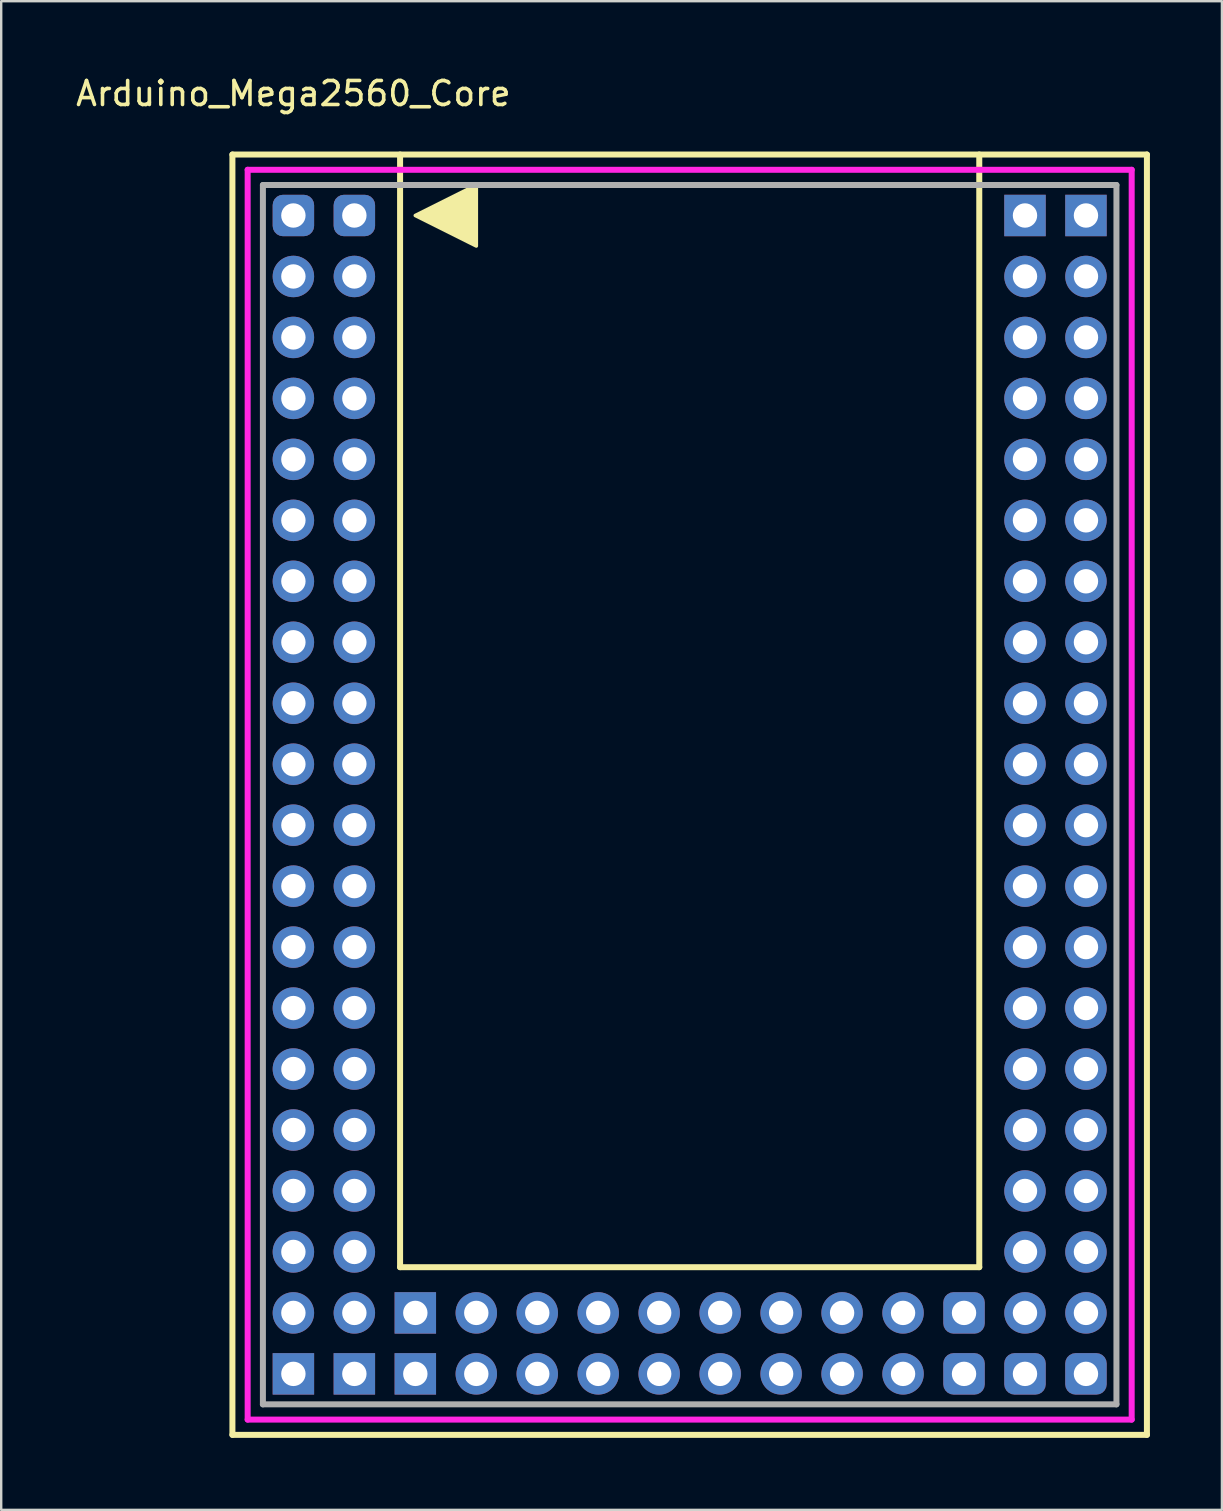
<source format=kicad_pcb>
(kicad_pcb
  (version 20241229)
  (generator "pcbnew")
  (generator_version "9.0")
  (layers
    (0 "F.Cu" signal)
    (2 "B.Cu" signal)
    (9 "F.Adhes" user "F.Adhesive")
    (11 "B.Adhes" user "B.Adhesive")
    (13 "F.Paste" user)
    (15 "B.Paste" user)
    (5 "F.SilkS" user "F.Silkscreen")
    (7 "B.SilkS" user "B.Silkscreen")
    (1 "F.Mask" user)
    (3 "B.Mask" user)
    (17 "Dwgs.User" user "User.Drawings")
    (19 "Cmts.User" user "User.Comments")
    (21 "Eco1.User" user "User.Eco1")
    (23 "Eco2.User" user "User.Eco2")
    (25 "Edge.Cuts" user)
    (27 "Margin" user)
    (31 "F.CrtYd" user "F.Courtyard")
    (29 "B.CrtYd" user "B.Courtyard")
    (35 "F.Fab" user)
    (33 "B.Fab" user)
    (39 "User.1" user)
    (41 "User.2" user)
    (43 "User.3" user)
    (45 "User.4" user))
  (footprint "Arduino_Mega2560_Core"
    (layer "F.Cu")
    (at 25.683 30.058)
    (property "Reference" "Arduino_Mega2560_Core" (at -16.51 -29.21 0) (layer "F.SilkS") (effects (font (size 1 1) (thickness 0.15))))
    (attr through_hole)
    (fp_line (start -19.05 26.67) (end -19.05 -26.67) (stroke (width 0.25) (type solid)) (layer "F.SilkS"))
    (fp_line (start -12.065 -26.67) (end -12.065 19.685) (stroke (width 0.25) (type solid)) (layer "F.SilkS"))
    (fp_line (start -12.065 19.685) (end 12.065 19.685) (stroke (width 0.25) (type solid)) (layer "F.SilkS"))
    (fp_line (start 12.065 19.685) (end 12.065 -26.67) (stroke (width 0.25) (type solid)) (layer "F.SilkS"))
    (fp_line (start 19.05 -26.67) (end -19.05 -26.67) (stroke (width 0.25) (type solid)) (layer "F.SilkS"))
    (fp_line (start 19.05 -26.67) (end 19.05 26.67) (stroke (width 0.25) (type solid)) (layer "F.SilkS"))
    (fp_line (start 19.05 26.67) (end -19.05 26.67) (stroke (width 0.25) (type solid)) (layer "F.SilkS"))
    (fp_poly (pts (xy -11.43 -24.13) (xy -8.89 -25.4) (xy -8.89 -22.86)) (stroke (width 0.15) (type solid)) (fill yes) (layer "F.SilkS"))
    (fp_line (start -18.415 -26.035) (end 18.415 -26.035) (stroke (width 0.25) (type solid)) (layer "F.CrtYd"))
    (fp_line (start -18.415 26.035) (end -18.415 -26.035) (stroke (width 0.25) (type solid)) (layer "F.CrtYd"))
    (fp_line (start 18.415 -26.035) (end 18.415 26.035) (stroke (width 0.25) (type solid)) (layer "F.CrtYd"))
    (fp_line (start 18.415 26.035) (end -18.415 26.035) (stroke (width 0.25) (type solid)) (layer "F.CrtYd"))
    (fp_line (start -17.78 -25.4) (end -17.78 25.4) (stroke (width 0.25) (type solid)) (layer "F.Fab"))
    (fp_line (start -17.78 25.4) (end 17.78 25.4) (stroke (width 0.25) (type solid)) (layer "F.Fab"))
    (fp_line (start 17.78 -25.4) (end -17.78 -25.4) (stroke (width 0.25) (type solid)) (layer "F.Fab"))
    (fp_line (start 17.78 25.4) (end 17.78 -25.4) (stroke (width 0.25) (type solid)) (layer "F.Fab"))
    (pad "1" thru_hole roundrect (at -13.97 -24.13) (size 1.727 1.727) (drill 1.016) (layers "*.Cu" "*.Mask") (roundrect_rratio 0.25))
    (pad "2" thru_hole roundrect (at -16.51 -24.13) (size 1.727 1.727) (drill 1.016) (layers "*.Cu" "*.Mask") (roundrect_rratio 0.25))
    (pad "3" thru_hole oval (at -13.97 -21.59) (size 1.727 1.727) (drill 1.016) (layers "*.Cu" "*.Mask"))
    (pad "4" thru_hole oval (at -16.51 -21.59) (size 1.727 1.727) (drill 1.016) (layers "*.Cu" "*.Mask"))
    (pad "5" thru_hole oval (at -13.97 -19.05) (size 1.727 1.727) (drill 1.016) (layers "*.Cu" "*.Mask"))
    (pad "6" thru_hole oval (at -16.51 -19.05) (size 1.727 1.727) (drill 1.016) (layers "*.Cu" "*.Mask"))
    (pad "7" thru_hole oval (at -13.97 -16.51) (size 1.727 1.727) (drill 1.016) (layers "*.Cu" "*.Mask"))
    (pad "8" thru_hole oval (at -16.51 -16.51) (size 1.727 1.727) (drill 1.016) (layers "*.Cu" "*.Mask"))
    (pad "9" thru_hole oval (at -13.97 -13.97) (size 1.727 1.727) (drill 1.016) (layers "*.Cu" "*.Mask"))
    (pad "10" thru_hole oval (at -16.51 -13.97) (size 1.727 1.727) (drill 1.016) (layers "*.Cu" "*.Mask"))
    (pad "11" thru_hole oval (at -13.97 -11.43) (size 1.727 1.727) (drill 1.016) (layers "*.Cu" "*.Mask"))
    (pad "12" thru_hole oval (at -16.51 -11.43) (size 1.727 1.727) (drill 1.016) (layers "*.Cu" "*.Mask"))
    (pad "13" thru_hole oval (at -13.97 -8.89) (size 1.727 1.727) (drill 1.016) (layers "*.Cu" "*.Mask"))
    (pad "14" thru_hole oval (at -16.51 -8.89) (size 1.727 1.727) (drill 1.016) (layers "*.Cu" "*.Mask"))
    (pad "15" thru_hole oval (at -13.97 -6.35) (size 1.727 1.727) (drill 1.016) (layers "*.Cu" "*.Mask"))
    (pad "16" thru_hole oval (at -16.51 -6.35) (size 1.727 1.727) (drill 1.016) (layers "*.Cu" "*.Mask"))
    (pad "17" thru_hole oval (at -13.97 -3.81) (size 1.727 1.727) (drill 1.016) (layers "*.Cu" "*.Mask"))
    (pad "18" thru_hole oval (at -16.51 -3.81) (size 1.727 1.727) (drill 1.016) (layers "*.Cu" "*.Mask"))
    (pad "19" thru_hole oval (at -13.97 -1.27) (size 1.727 1.727) (drill 1.016) (layers "*.Cu" "*.Mask"))
    (pad "20" thru_hole oval (at -16.51 -1.27) (size 1.727 1.727) (drill 1.016) (layers "*.Cu" "*.Mask"))
    (pad "21" thru_hole oval (at -13.97 1.27) (size 1.727 1.727) (drill 1.016) (layers "*.Cu" "*.Mask"))
    (pad "22" thru_hole oval (at -16.51 1.27) (size 1.727 1.727) (drill 1.016) (layers "*.Cu" "*.Mask"))
    (pad "23" thru_hole oval (at -13.97 3.81) (size 1.727 1.727) (drill 1.016) (layers "*.Cu" "*.Mask"))
    (pad "24" thru_hole oval (at -16.51 3.81) (size 1.727 1.727) (drill 1.016) (layers "*.Cu" "*.Mask"))
    (pad "25" thru_hole oval (at -13.97 6.35) (size 1.727 1.727) (drill 1.016) (layers "*.Cu" "*.Mask"))
    (pad "26" thru_hole oval (at -16.51 6.35) (size 1.727 1.727) (drill 1.016) (layers "*.Cu" "*.Mask"))
    (pad "27" thru_hole oval (at -13.97 8.89) (size 1.727 1.727) (drill 1.016) (layers "*.Cu" "*.Mask"))
    (pad "28" thru_hole oval (at -16.51 8.89) (size 1.727 1.727) (drill 1.016) (layers "*.Cu" "*.Mask"))
    (pad "29" thru_hole oval (at -13.97 11.43) (size 1.727 1.727) (drill 1.016) (layers "*.Cu" "*.Mask"))
    (pad "30" thru_hole oval (at -16.51 11.43) (size 1.727 1.727) (drill 1.016) (layers "*.Cu" "*.Mask"))
    (pad "31" thru_hole oval (at -13.97 13.97) (size 1.727 1.727) (drill 1.016) (layers "*.Cu" "*.Mask"))
    (pad "32" thru_hole oval (at -16.51 13.97) (size 1.727 1.727) (drill 1.016) (layers "*.Cu" "*.Mask"))
    (pad "33" thru_hole oval (at -13.97 16.51) (size 1.727 1.727) (drill 1.016) (layers "*.Cu" "*.Mask"))
    (pad "34" thru_hole oval (at -16.51 16.51) (size 1.727 1.727) (drill 1.016) (layers "*.Cu" "*.Mask"))
    (pad "35" thru_hole oval (at -13.97 19.05) (size 1.727 1.727) (drill 1.016) (layers "*.Cu" "*.Mask"))
    (pad "36" thru_hole oval (at -16.51 19.05) (size 1.727 1.727) (drill 1.016) (layers "*.Cu" "*.Mask"))
    (pad "37" thru_hole oval (at -13.97 21.59) (size 1.727 1.727) (drill 1.016) (layers "*.Cu" "*.Mask"))
    (pad "38" thru_hole oval (at -16.51 21.59) (size 1.727 1.727) (drill 1.016) (layers "*.Cu" "*.Mask"))
    (pad "39" thru_hole rect (at -13.97 24.13) (size 1.727 1.727) (drill 1.016) (layers "*.Cu" "*.Mask"))
    (pad "40" thru_hole rect (at -16.51 24.13) (size 1.727 1.727) (drill 1.016) (layers "*.Cu" "*.Mask"))
    (pad "41" thru_hole roundrect (at 13.97 24.13) (size 1.727 1.727) (drill 1.016) (layers "*.Cu" "*.Mask") (roundrect_rratio 0.25))
    (pad "42" thru_hole roundrect (at 16.51 24.13) (size 1.727 1.727) (drill 1.016) (layers "*.Cu" "*.Mask") (roundrect_rratio 0.25))
    (pad "43" thru_hole oval (at 13.97 21.59) (size 1.727 1.727) (drill 1.016) (layers "*.Cu" "*.Mask"))
    (pad "44" thru_hole oval (at 16.51 21.59) (size 1.727 1.727) (drill 1.016) (layers "*.Cu" "*.Mask"))
    (pad "45" thru_hole oval (at 13.97 19.05) (size 1.727 1.727) (drill 1.016) (layers "*.Cu" "*.Mask"))
    (pad "46" thru_hole oval (at 16.51 19.05) (size 1.727 1.727) (drill 1.016) (layers "*.Cu" "*.Mask"))
    (pad "47" thru_hole oval (at 13.97 16.51) (size 1.727 1.727) (drill 1.016) (layers "*.Cu" "*.Mask"))
    (pad "48" thru_hole oval (at 16.51 16.51) (size 1.727 1.727) (drill 1.016) (layers "*.Cu" "*.Mask"))
    (pad "49" thru_hole oval (at 13.97 13.97) (size 1.727 1.727) (drill 1.016) (layers "*.Cu" "*.Mask"))
    (pad "50" thru_hole oval (at 16.51 13.97) (size 1.727 1.727) (drill 1.016) (layers "*.Cu" "*.Mask"))
    (pad "51" thru_hole oval (at 13.97 11.43) (size 1.727 1.727) (drill 1.016) (layers "*.Cu" "*.Mask"))
    (pad "52" thru_hole oval (at 16.51 11.43) (size 1.727 1.727) (drill 1.016) (layers "*.Cu" "*.Mask"))
    (pad "53" thru_hole oval (at 13.97 8.89) (size 1.727 1.727) (drill 1.016) (layers "*.Cu" "*.Mask"))
    (pad "54" thru_hole oval (at 16.51 8.89) (size 1.727 1.727) (drill 1.016) (layers "*.Cu" "*.Mask"))
    (pad "55" thru_hole oval (at 13.97 6.35) (size 1.727 1.727) (drill 1.016) (layers "*.Cu" "*.Mask"))
    (pad "56" thru_hole oval (at 16.51 6.35) (size 1.727 1.727) (drill 1.016) (layers "*.Cu" "*.Mask"))
    (pad "57" thru_hole oval (at 13.97 3.81) (size 1.727 1.727) (drill 1.016) (layers "*.Cu" "*.Mask"))
    (pad "58" thru_hole oval (at 16.51 3.81) (size 1.727 1.727) (drill 1.016) (layers "*.Cu" "*.Mask"))
    (pad "59" thru_hole oval (at 13.97 1.27) (size 1.727 1.727) (drill 1.016) (layers "*.Cu" "*.Mask"))
    (pad "60" thru_hole oval (at 16.51 1.27) (size 1.727 1.727) (drill 1.016) (layers "*.Cu" "*.Mask"))
    (pad "61" thru_hole oval (at 13.97 -1.27) (size 1.727 1.727) (drill 1.016) (layers "*.Cu" "*.Mask"))
    (pad "62" thru_hole oval (at 16.51 -1.27) (size 1.727 1.727) (drill 1.016) (layers "*.Cu" "*.Mask"))
    (pad "63" thru_hole oval (at 13.97 -3.81) (size 1.727 1.727) (drill 1.016) (layers "*.Cu" "*.Mask"))
    (pad "64" thru_hole oval (at 16.51 -3.81) (size 1.727 1.727) (drill 1.016) (layers "*.Cu" "*.Mask"))
    (pad "65" thru_hole oval (at 13.97 -6.35) (size 1.727 1.727) (drill 1.016) (layers "*.Cu" "*.Mask"))
    (pad "66" thru_hole oval (at 16.51 -6.35) (size 1.727 1.727) (drill 1.016) (layers "*.Cu" "*.Mask"))
    (pad "67" thru_hole oval (at 13.97 -8.89) (size 1.727 1.727) (drill 1.016) (layers "*.Cu" "*.Mask"))
    (pad "68" thru_hole oval (at 16.51 -8.89) (size 1.727 1.727) (drill 1.016) (layers "*.Cu" "*.Mask"))
    (pad "69" thru_hole oval (at 13.97 -11.43) (size 1.727 1.727) (drill 1.016) (layers "*.Cu" "*.Mask"))
    (pad "70" thru_hole oval (at 16.51 -11.43) (size 1.727 1.727) (drill 1.016) (layers "*.Cu" "*.Mask"))
    (pad "71" thru_hole oval (at 13.97 -13.97) (size 1.727 1.727) (drill 1.016) (layers "*.Cu" "*.Mask"))
    (pad "72" thru_hole oval (at 16.51 -13.97) (size 1.727 1.727) (drill 1.016) (layers "*.Cu" "*.Mask"))
    (pad "73" thru_hole oval (at 13.97 -16.51) (size 1.727 1.727) (drill 1.016) (layers "*.Cu" "*.Mask"))
    (pad "74" thru_hole oval (at 16.51 -16.51) (size 1.727 1.727) (drill 1.016) (layers "*.Cu" "*.Mask"))
    (pad "75" thru_hole oval (at 13.97 -19.05) (size 1.727 1.727) (drill 1.016) (layers "*.Cu" "*.Mask"))
    (pad "76" thru_hole oval (at 16.51 -19.05) (size 1.727 1.727) (drill 1.016) (layers "*.Cu" "*.Mask"))
    (pad "77" thru_hole oval (at 13.97 -21.59) (size 1.727 1.727) (drill 1.016) (layers "*.Cu" "*.Mask"))
    (pad "78" thru_hole oval (at 16.51 -21.59) (size 1.727 1.727) (drill 1.016) (layers "*.Cu" "*.Mask"))
    (pad "79" thru_hole rect (at 13.97 -24.13) (size 1.727 1.727) (drill 1.016) (layers "*.Cu" "*.Mask"))
    (pad "80" thru_hole rect (at 16.51 -24.13) (size 1.727 1.727) (drill 1.016) (layers "*.Cu" "*.Mask"))
    (pad "81" thru_hole roundrect (at 11.43 24.13 90) (size 1.727 1.727) (drill 1.016) (layers "*.Cu" "*.Mask") (roundrect_rratio 0.25))
    (pad "82" thru_hole roundrect (at 11.43 21.59 90) (size 1.727 1.727) (drill 1.016) (layers "*.Cu" "*.Mask") (roundrect_rratio 0.25))
    (pad "83" thru_hole oval (at 8.89 24.13 90) (size 1.727 1.727) (drill 1.016) (layers "*.Cu" "*.Mask"))
    (pad "84" thru_hole oval (at 8.89 21.59 90) (size 1.727 1.727) (drill 1.016) (layers "*.Cu" "*.Mask"))
    (pad "85" thru_hole oval (at 6.35 24.13 90) (size 1.727 1.727) (drill 1.016) (layers "*.Cu" "*.Mask"))
    (pad "86" thru_hole oval (at 6.35 21.59 90) (size 1.727 1.727) (drill 1.016) (layers "*.Cu" "*.Mask"))
    (pad "87" thru_hole oval (at 3.81 24.13 90) (size 1.727 1.727) (drill 1.016) (layers "*.Cu" "*.Mask"))
    (pad "88" thru_hole oval (at 3.81 21.59 90) (size 1.727 1.727) (drill 1.016) (layers "*.Cu" "*.Mask"))
    (pad "89" thru_hole oval (at 1.27 24.13 90) (size 1.727 1.727) (drill 1.016) (layers "*.Cu" "*.Mask"))
    (pad "90" thru_hole oval (at 1.27 21.59 90) (size 1.727 1.727) (drill 1.016) (layers "*.Cu" "*.Mask"))
    (pad "91" thru_hole oval (at -1.27 24.13 90) (size 1.727 1.727) (drill 1.016) (layers "*.Cu" "*.Mask"))
    (pad "92" thru_hole oval (at -1.27 21.59 90) (size 1.727 1.727) (drill 1.016) (layers "*.Cu" "*.Mask"))
    (pad "93" thru_hole oval (at -3.81 24.13 90) (size 1.727 1.727) (drill 1.016) (layers "*.Cu" "*.Mask"))
    (pad "94" thru_hole oval (at -3.81 21.59 90) (size 1.727 1.727) (drill 1.016) (layers "*.Cu" "*.Mask"))
    (pad "95" thru_hole oval (at -6.35 24.13 90) (size 1.727 1.727) (drill 1.016) (layers "*.Cu" "*.Mask"))
    (pad "96" thru_hole oval (at -6.35 21.59 90) (size 1.727 1.727) (drill 1.016) (layers "*.Cu" "*.Mask"))
    (pad "97" thru_hole oval (at -8.89 24.13 90) (size 1.727 1.727) (drill 1.016) (layers "*.Cu" "*.Mask"))
    (pad "98" thru_hole oval (at -8.89 21.59 90) (size 1.727 1.727) (drill 1.016) (layers "*.Cu" "*.Mask"))
    (pad "99" thru_hole rect (at -11.43 24.13 90) (size 1.727 1.727) (drill 1.016) (layers "*.Cu" "*.Mask"))
    (pad "100" thru_hole rect (at -11.43 21.59 90) (size 1.727 1.727) (drill 1.016) (layers "*.Cu" "*.Mask")))
  (gr_rect
    (start -3 -3)
    (end 47.858 59.853)
    (stroke (width 0.1) (type default))
    (fill no)
    (layer "Edge.Cuts")))
</source>
